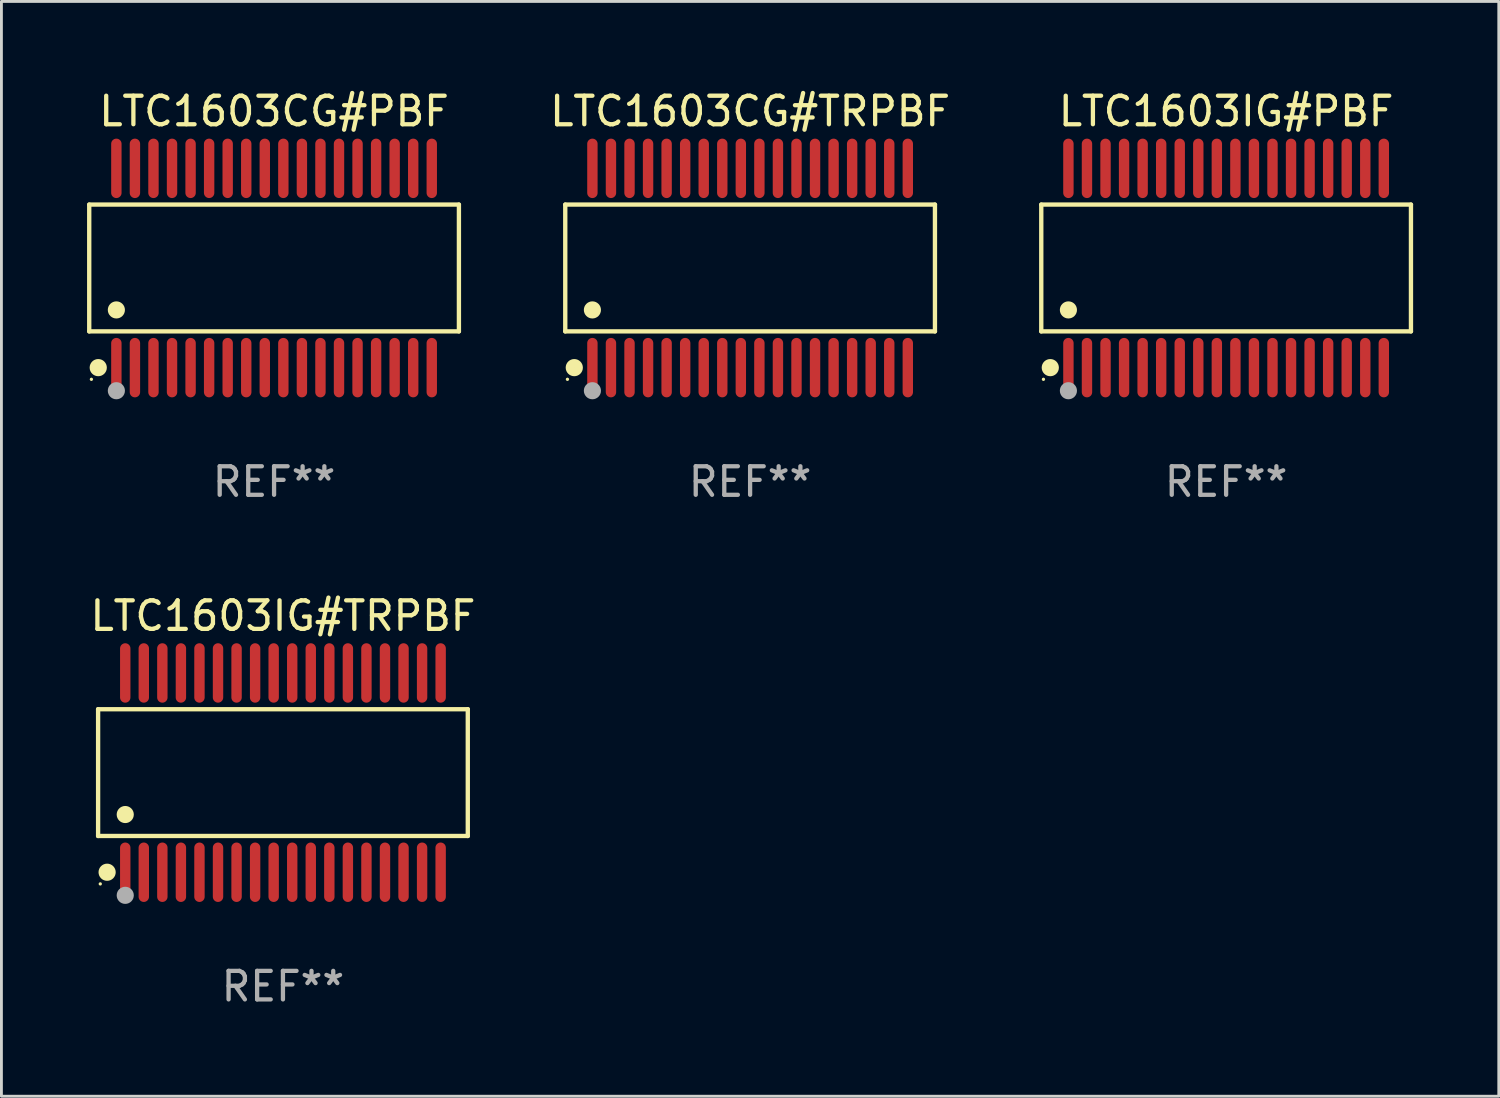
<source format=kicad_pcb>
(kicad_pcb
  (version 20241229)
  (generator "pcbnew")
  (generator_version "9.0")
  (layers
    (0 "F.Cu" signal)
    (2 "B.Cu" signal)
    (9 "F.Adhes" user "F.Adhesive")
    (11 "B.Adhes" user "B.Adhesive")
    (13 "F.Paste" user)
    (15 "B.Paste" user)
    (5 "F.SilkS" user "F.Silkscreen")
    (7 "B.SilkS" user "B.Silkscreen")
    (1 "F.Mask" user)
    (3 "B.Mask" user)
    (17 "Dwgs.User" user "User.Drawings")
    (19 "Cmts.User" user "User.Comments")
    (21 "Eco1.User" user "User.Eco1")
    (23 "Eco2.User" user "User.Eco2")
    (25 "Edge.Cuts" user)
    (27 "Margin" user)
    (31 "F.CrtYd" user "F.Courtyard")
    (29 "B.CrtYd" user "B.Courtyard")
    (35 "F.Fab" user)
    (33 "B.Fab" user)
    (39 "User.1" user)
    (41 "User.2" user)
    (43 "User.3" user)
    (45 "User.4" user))
  (footprint "LTC1603CG#PBF"
    (layer "F.Cu")
    (at 6.552 6.339)
    (property "Reference" "LTC1603CG#PBF" (at 0 -5.491 0) (layer "F.SilkS") (effects (font (size 1 1) (thickness 0.15))))
    (attr through_hole)
    (fp_line (start -6.476 -2.221) (end 6.476 -2.221) (stroke (width 0.152) (type solid)) (layer "F.SilkS"))
    (fp_line (start -6.476 2.221) (end -6.476 -2.221) (stroke (width 0.152) (type solid)) (layer "F.SilkS"))
    (fp_line (start 6.476 -2.221) (end 6.476 2.221) (stroke (width 0.152) (type solid)) (layer "F.SilkS"))
    (fp_line (start 6.476 2.221) (end -6.476 2.221) (stroke (width 0.152) (type solid)) (layer "F.SilkS"))
    (fp_circle (center -6.4 3.9) (end -6.37 3.9) (stroke (width 0.06) (type solid)) (fill no) (layer "F.SilkS"))
    (fp_circle (center -6.16 3.491) (end -6.009 3.491) (stroke (width 0.3) (type solid)) (fill no) (layer "F.SilkS"))
    (fp_circle (center -5.525 1.469) (end -5.375 1.469) (stroke (width 0.3) (type solid)) (fill no) (layer "F.SilkS"))
    (fp_circle (center -5.525 4.3) (end -5.375 4.3) (stroke (width 0.3) (type solid)) (fill no) (layer "F.Fab"))
    (fp_text user "REF**" (at 0 7.491 0) (layer "F.Fab") (effects (font (size 1 1) (thickness 0.15))))
    (pad "1" smd oval (at -5.525 3.491) (size 0.364 2.082) (layers "F.Cu" "F.Mask" "F.Paste"))
    (pad "2" smd oval (at -4.875 3.491) (size 0.364 2.082) (layers "F.Cu" "F.Mask" "F.Paste"))
    (pad "3" smd oval (at -4.225 3.491) (size 0.364 2.082) (layers "F.Cu" "F.Mask" "F.Paste"))
    (pad "4" smd oval (at -3.575 3.491) (size 0.364 2.082) (layers "F.Cu" "F.Mask" "F.Paste"))
    (pad "5" smd oval (at -2.925 3.491) (size 0.364 2.082) (layers "F.Cu" "F.Mask" "F.Paste"))
    (pad "6" smd oval (at -2.275 3.491) (size 0.364 2.082) (layers "F.Cu" "F.Mask" "F.Paste"))
    (pad "7" smd oval (at -1.625 3.491) (size 0.364 2.082) (layers "F.Cu" "F.Mask" "F.Paste"))
    (pad "8" smd oval (at -0.975 3.491) (size 0.364 2.082) (layers "F.Cu" "F.Mask" "F.Paste"))
    (pad "9" smd oval (at -0.325 3.491) (size 0.364 2.082) (layers "F.Cu" "F.Mask" "F.Paste"))
    (pad "10" smd oval (at 0.325 3.491) (size 0.364 2.082) (layers "F.Cu" "F.Mask" "F.Paste"))
    (pad "11" smd oval (at 0.975 3.491) (size 0.364 2.082) (layers "F.Cu" "F.Mask" "F.Paste"))
    (pad "12" smd oval (at 1.625 3.491) (size 0.364 2.082) (layers "F.Cu" "F.Mask" "F.Paste"))
    (pad "13" smd oval (at 2.275 3.491) (size 0.364 2.082) (layers "F.Cu" "F.Mask" "F.Paste"))
    (pad "14" smd oval (at 2.925 3.491) (size 0.364 2.082) (layers "F.Cu" "F.Mask" "F.Paste"))
    (pad "15" smd oval (at 3.575 3.491) (size 0.364 2.082) (layers "F.Cu" "F.Mask" "F.Paste"))
    (pad "16" smd oval (at 4.225 3.491) (size 0.364 2.082) (layers "F.Cu" "F.Mask" "F.Paste"))
    (pad "17" smd oval (at 4.875 3.491) (size 0.364 2.082) (layers "F.Cu" "F.Mask" "F.Paste"))
    (pad "18" smd oval (at 5.525 3.491) (size 0.364 2.082) (layers "F.Cu" "F.Mask" "F.Paste"))
    (pad "19" smd oval (at 5.525 -3.491) (size 0.364 2.082) (layers "F.Cu" "F.Mask" "F.Paste"))
    (pad "20" smd oval (at 4.875 -3.491) (size 0.364 2.082) (layers "F.Cu" "F.Mask" "F.Paste"))
    (pad "21" smd oval (at 4.225 -3.491) (size 0.364 2.082) (layers "F.Cu" "F.Mask" "F.Paste"))
    (pad "22" smd oval (at 3.575 -3.491) (size 0.364 2.082) (layers "F.Cu" "F.Mask" "F.Paste"))
    (pad "23" smd oval (at 2.925 -3.491) (size 0.364 2.082) (layers "F.Cu" "F.Mask" "F.Paste"))
    (pad "24" smd oval (at 2.275 -3.491) (size 0.364 2.082) (layers "F.Cu" "F.Mask" "F.Paste"))
    (pad "25" smd oval (at 1.625 -3.491) (size 0.364 2.082) (layers "F.Cu" "F.Mask" "F.Paste"))
    (pad "26" smd oval (at 0.975 -3.491) (size 0.364 2.082) (layers "F.Cu" "F.Mask" "F.Paste"))
    (pad "27" smd oval (at 0.325 -3.491) (size 0.364 2.082) (layers "F.Cu" "F.Mask" "F.Paste"))
    (pad "28" smd oval (at -0.325 -3.491) (size 0.364 2.082) (layers "F.Cu" "F.Mask" "F.Paste"))
    (pad "29" smd oval (at -0.975 -3.491) (size 0.364 2.082) (layers "F.Cu" "F.Mask" "F.Paste"))
    (pad "30" smd oval (at -1.625 -3.491) (size 0.364 2.082) (layers "F.Cu" "F.Mask" "F.Paste"))
    (pad "31" smd oval (at -2.275 -3.491) (size 0.364 2.082) (layers "F.Cu" "F.Mask" "F.Paste"))
    (pad "32" smd oval (at -2.925 -3.491) (size 0.364 2.082) (layers "F.Cu" "F.Mask" "F.Paste"))
    (pad "33" smd oval (at -3.575 -3.491) (size 0.364 2.082) (layers "F.Cu" "F.Mask" "F.Paste"))
    (pad "34" smd oval (at -4.225 -3.491) (size 0.364 2.082) (layers "F.Cu" "F.Mask" "F.Paste"))
    (pad "35" smd oval (at -4.875 -3.491) (size 0.364 2.082) (layers "F.Cu" "F.Mask" "F.Paste"))
    (pad "36" smd oval (at -5.525 -3.491) (size 0.364 2.082) (layers "F.Cu" "F.Mask" "F.Paste")))
  (footprint "LTC1603IG#TRPBF"
    (layer "F.Cu")
    (at 6.863 24.018)
    (property "Reference" "LTC1603IG#TRPBF" (at 0 -5.491 0) (layer "F.SilkS") (effects (font (size 1 1) (thickness 0.15))))
    (attr through_hole)
    (fp_line (start -6.476 -2.221) (end 6.476 -2.221) (stroke (width 0.152) (type solid)) (layer "F.SilkS"))
    (fp_line (start -6.476 2.221) (end -6.476 -2.221) (stroke (width 0.152) (type solid)) (layer "F.SilkS"))
    (fp_line (start 6.476 -2.221) (end 6.476 2.221) (stroke (width 0.152) (type solid)) (layer "F.SilkS"))
    (fp_line (start 6.476 2.221) (end -6.476 2.221) (stroke (width 0.152) (type solid)) (layer "F.SilkS"))
    (fp_circle (center -6.4 3.9) (end -6.37 3.9) (stroke (width 0.06) (type solid)) (fill no) (layer "F.SilkS"))
    (fp_circle (center -6.16 3.491) (end -6.009 3.491) (stroke (width 0.3) (type solid)) (fill no) (layer "F.SilkS"))
    (fp_circle (center -5.525 1.469) (end -5.375 1.469) (stroke (width 0.3) (type solid)) (fill no) (layer "F.SilkS"))
    (fp_circle (center -5.525 4.3) (end -5.375 4.3) (stroke (width 0.3) (type solid)) (fill no) (layer "F.Fab"))
    (fp_text user "REF**" (at 0 7.491 0) (layer "F.Fab") (effects (font (size 1 1) (thickness 0.15))))
    (pad "1" smd oval (at -5.525 3.491) (size 0.364 2.082) (layers "F.Cu" "F.Mask" "F.Paste"))
    (pad "2" smd oval (at -4.875 3.491) (size 0.364 2.082) (layers "F.Cu" "F.Mask" "F.Paste"))
    (pad "3" smd oval (at -4.225 3.491) (size 0.364 2.082) (layers "F.Cu" "F.Mask" "F.Paste"))
    (pad "4" smd oval (at -3.575 3.491) (size 0.364 2.082) (layers "F.Cu" "F.Mask" "F.Paste"))
    (pad "5" smd oval (at -2.925 3.491) (size 0.364 2.082) (layers "F.Cu" "F.Mask" "F.Paste"))
    (pad "6" smd oval (at -2.275 3.491) (size 0.364 2.082) (layers "F.Cu" "F.Mask" "F.Paste"))
    (pad "7" smd oval (at -1.625 3.491) (size 0.364 2.082) (layers "F.Cu" "F.Mask" "F.Paste"))
    (pad "8" smd oval (at -0.975 3.491) (size 0.364 2.082) (layers "F.Cu" "F.Mask" "F.Paste"))
    (pad "9" smd oval (at -0.325 3.491) (size 0.364 2.082) (layers "F.Cu" "F.Mask" "F.Paste"))
    (pad "10" smd oval (at 0.325 3.491) (size 0.364 2.082) (layers "F.Cu" "F.Mask" "F.Paste"))
    (pad "11" smd oval (at 0.975 3.491) (size 0.364 2.082) (layers "F.Cu" "F.Mask" "F.Paste"))
    (pad "12" smd oval (at 1.625 3.491) (size 0.364 2.082) (layers "F.Cu" "F.Mask" "F.Paste"))
    (pad "13" smd oval (at 2.275 3.491) (size 0.364 2.082) (layers "F.Cu" "F.Mask" "F.Paste"))
    (pad "14" smd oval (at 2.925 3.491) (size 0.364 2.082) (layers "F.Cu" "F.Mask" "F.Paste"))
    (pad "15" smd oval (at 3.575 3.491) (size 0.364 2.082) (layers "F.Cu" "F.Mask" "F.Paste"))
    (pad "16" smd oval (at 4.225 3.491) (size 0.364 2.082) (layers "F.Cu" "F.Mask" "F.Paste"))
    (pad "17" smd oval (at 4.875 3.491) (size 0.364 2.082) (layers "F.Cu" "F.Mask" "F.Paste"))
    (pad "18" smd oval (at 5.525 3.491) (size 0.364 2.082) (layers "F.Cu" "F.Mask" "F.Paste"))
    (pad "19" smd oval (at 5.525 -3.491) (size 0.364 2.082) (layers "F.Cu" "F.Mask" "F.Paste"))
    (pad "20" smd oval (at 4.875 -3.491) (size 0.364 2.082) (layers "F.Cu" "F.Mask" "F.Paste"))
    (pad "21" smd oval (at 4.225 -3.491) (size 0.364 2.082) (layers "F.Cu" "F.Mask" "F.Paste"))
    (pad "22" smd oval (at 3.575 -3.491) (size 0.364 2.082) (layers "F.Cu" "F.Mask" "F.Paste"))
    (pad "23" smd oval (at 2.925 -3.491) (size 0.364 2.082) (layers "F.Cu" "F.Mask" "F.Paste"))
    (pad "24" smd oval (at 2.275 -3.491) (size 0.364 2.082) (layers "F.Cu" "F.Mask" "F.Paste"))
    (pad "25" smd oval (at 1.625 -3.491) (size 0.364 2.082) (layers "F.Cu" "F.Mask" "F.Paste"))
    (pad "26" smd oval (at 0.975 -3.491) (size 0.364 2.082) (layers "F.Cu" "F.Mask" "F.Paste"))
    (pad "27" smd oval (at 0.325 -3.491) (size 0.364 2.082) (layers "F.Cu" "F.Mask" "F.Paste"))
    (pad "28" smd oval (at -0.325 -3.491) (size 0.364 2.082) (layers "F.Cu" "F.Mask" "F.Paste"))
    (pad "29" smd oval (at -0.975 -3.491) (size 0.364 2.082) (layers "F.Cu" "F.Mask" "F.Paste"))
    (pad "30" smd oval (at -1.625 -3.491) (size 0.364 2.082) (layers "F.Cu" "F.Mask" "F.Paste"))
    (pad "31" smd oval (at -2.275 -3.491) (size 0.364 2.082) (layers "F.Cu" "F.Mask" "F.Paste"))
    (pad "32" smd oval (at -2.925 -3.491) (size 0.364 2.082) (layers "F.Cu" "F.Mask" "F.Paste"))
    (pad "33" smd oval (at -3.575 -3.491) (size 0.364 2.082) (layers "F.Cu" "F.Mask" "F.Paste"))
    (pad "34" smd oval (at -4.225 -3.491) (size 0.364 2.082) (layers "F.Cu" "F.Mask" "F.Paste"))
    (pad "35" smd oval (at -4.875 -3.491) (size 0.364 2.082) (layers "F.Cu" "F.Mask" "F.Paste"))
    (pad "36" smd oval (at -5.525 -3.491) (size 0.364 2.082) (layers "F.Cu" "F.Mask" "F.Paste")))
  (footprint "LTC1603CG#TRPBF"
    (layer "F.Cu")
    (at 23.23 6.339)
    (property "Reference" "LTC1603CG#TRPBF" (at 0 -5.491 0) (layer "F.SilkS") (effects (font (size 1 1) (thickness 0.15))))
    (attr through_hole)
    (fp_line (start -6.476 -2.221) (end 6.476 -2.221) (stroke (width 0.152) (type solid)) (layer "F.SilkS"))
    (fp_line (start -6.476 2.221) (end -6.476 -2.221) (stroke (width 0.152) (type solid)) (layer "F.SilkS"))
    (fp_line (start 6.476 -2.221) (end 6.476 2.221) (stroke (width 0.152) (type solid)) (layer "F.SilkS"))
    (fp_line (start 6.476 2.221) (end -6.476 2.221) (stroke (width 0.152) (type solid)) (layer "F.SilkS"))
    (fp_circle (center -6.4 3.9) (end -6.37 3.9) (stroke (width 0.06) (type solid)) (fill no) (layer "F.SilkS"))
    (fp_circle (center -6.16 3.491) (end -6.009 3.491) (stroke (width 0.3) (type solid)) (fill no) (layer "F.SilkS"))
    (fp_circle (center -5.525 1.469) (end -5.375 1.469) (stroke (width 0.3) (type solid)) (fill no) (layer "F.SilkS"))
    (fp_circle (center -5.525 4.3) (end -5.375 4.3) (stroke (width 0.3) (type solid)) (fill no) (layer "F.Fab"))
    (fp_text user "REF**" (at 0 7.491 0) (layer "F.Fab") (effects (font (size 1 1) (thickness 0.15))))
    (pad "1" smd oval (at -5.525 3.491) (size 0.364 2.082) (layers "F.Cu" "F.Mask" "F.Paste"))
    (pad "2" smd oval (at -4.875 3.491) (size 0.364 2.082) (layers "F.Cu" "F.Mask" "F.Paste"))
    (pad "3" smd oval (at -4.225 3.491) (size 0.364 2.082) (layers "F.Cu" "F.Mask" "F.Paste"))
    (pad "4" smd oval (at -3.575 3.491) (size 0.364 2.082) (layers "F.Cu" "F.Mask" "F.Paste"))
    (pad "5" smd oval (at -2.925 3.491) (size 0.364 2.082) (layers "F.Cu" "F.Mask" "F.Paste"))
    (pad "6" smd oval (at -2.275 3.491) (size 0.364 2.082) (layers "F.Cu" "F.Mask" "F.Paste"))
    (pad "7" smd oval (at -1.625 3.491) (size 0.364 2.082) (layers "F.Cu" "F.Mask" "F.Paste"))
    (pad "8" smd oval (at -0.975 3.491) (size 0.364 2.082) (layers "F.Cu" "F.Mask" "F.Paste"))
    (pad "9" smd oval (at -0.325 3.491) (size 0.364 2.082) (layers "F.Cu" "F.Mask" "F.Paste"))
    (pad "10" smd oval (at 0.325 3.491) (size 0.364 2.082) (layers "F.Cu" "F.Mask" "F.Paste"))
    (pad "11" smd oval (at 0.975 3.491) (size 0.364 2.082) (layers "F.Cu" "F.Mask" "F.Paste"))
    (pad "12" smd oval (at 1.625 3.491) (size 0.364 2.082) (layers "F.Cu" "F.Mask" "F.Paste"))
    (pad "13" smd oval (at 2.275 3.491) (size 0.364 2.082) (layers "F.Cu" "F.Mask" "F.Paste"))
    (pad "14" smd oval (at 2.925 3.491) (size 0.364 2.082) (layers "F.Cu" "F.Mask" "F.Paste"))
    (pad "15" smd oval (at 3.575 3.491) (size 0.364 2.082) (layers "F.Cu" "F.Mask" "F.Paste"))
    (pad "16" smd oval (at 4.225 3.491) (size 0.364 2.082) (layers "F.Cu" "F.Mask" "F.Paste"))
    (pad "17" smd oval (at 4.875 3.491) (size 0.364 2.082) (layers "F.Cu" "F.Mask" "F.Paste"))
    (pad "18" smd oval (at 5.525 3.491) (size 0.364 2.082) (layers "F.Cu" "F.Mask" "F.Paste"))
    (pad "19" smd oval (at 5.525 -3.491) (size 0.364 2.082) (layers "F.Cu" "F.Mask" "F.Paste"))
    (pad "20" smd oval (at 4.875 -3.491) (size 0.364 2.082) (layers "F.Cu" "F.Mask" "F.Paste"))
    (pad "21" smd oval (at 4.225 -3.491) (size 0.364 2.082) (layers "F.Cu" "F.Mask" "F.Paste"))
    (pad "22" smd oval (at 3.575 -3.491) (size 0.364 2.082) (layers "F.Cu" "F.Mask" "F.Paste"))
    (pad "23" smd oval (at 2.925 -3.491) (size 0.364 2.082) (layers "F.Cu" "F.Mask" "F.Paste"))
    (pad "24" smd oval (at 2.275 -3.491) (size 0.364 2.082) (layers "F.Cu" "F.Mask" "F.Paste"))
    (pad "25" smd oval (at 1.625 -3.491) (size 0.364 2.082) (layers "F.Cu" "F.Mask" "F.Paste"))
    (pad "26" smd oval (at 0.975 -3.491) (size 0.364 2.082) (layers "F.Cu" "F.Mask" "F.Paste"))
    (pad "27" smd oval (at 0.325 -3.491) (size 0.364 2.082) (layers "F.Cu" "F.Mask" "F.Paste"))
    (pad "28" smd oval (at -0.325 -3.491) (size 0.364 2.082) (layers "F.Cu" "F.Mask" "F.Paste"))
    (pad "29" smd oval (at -0.975 -3.491) (size 0.364 2.082) (layers "F.Cu" "F.Mask" "F.Paste"))
    (pad "30" smd oval (at -1.625 -3.491) (size 0.364 2.082) (layers "F.Cu" "F.Mask" "F.Paste"))
    (pad "31" smd oval (at -2.275 -3.491) (size 0.364 2.082) (layers "F.Cu" "F.Mask" "F.Paste"))
    (pad "32" smd oval (at -2.925 -3.491) (size 0.364 2.082) (layers "F.Cu" "F.Mask" "F.Paste"))
    (pad "33" smd oval (at -3.575 -3.491) (size 0.364 2.082) (layers "F.Cu" "F.Mask" "F.Paste"))
    (pad "34" smd oval (at -4.225 -3.491) (size 0.364 2.082) (layers "F.Cu" "F.Mask" "F.Paste"))
    (pad "35" smd oval (at -4.875 -3.491) (size 0.364 2.082) (layers "F.Cu" "F.Mask" "F.Paste"))
    (pad "36" smd oval (at -5.525 -3.491) (size 0.364 2.082) (layers "F.Cu" "F.Mask" "F.Paste")))
  (footprint "LTC1603IG#PBF"
    (layer "F.Cu")
    (at 39.907 6.339)
    (property "Reference" "LTC1603IG#PBF" (at 0 -5.491 0) (layer "F.SilkS") (effects (font (size 1 1) (thickness 0.15))))
    (attr through_hole)
    (fp_line (start -6.476 -2.221) (end 6.476 -2.221) (stroke (width 0.152) (type solid)) (layer "F.SilkS"))
    (fp_line (start -6.476 2.221) (end -6.476 -2.221) (stroke (width 0.152) (type solid)) (layer "F.SilkS"))
    (fp_line (start 6.476 -2.221) (end 6.476 2.221) (stroke (width 0.152) (type solid)) (layer "F.SilkS"))
    (fp_line (start 6.476 2.221) (end -6.476 2.221) (stroke (width 0.152) (type solid)) (layer "F.SilkS"))
    (fp_circle (center -6.4 3.9) (end -6.37 3.9) (stroke (width 0.06) (type solid)) (fill no) (layer "F.SilkS"))
    (fp_circle (center -6.16 3.491) (end -6.009 3.491) (stroke (width 0.3) (type solid)) (fill no) (layer "F.SilkS"))
    (fp_circle (center -5.525 1.469) (end -5.375 1.469) (stroke (width 0.3) (type solid)) (fill no) (layer "F.SilkS"))
    (fp_circle (center -5.525 4.3) (end -5.375 4.3) (stroke (width 0.3) (type solid)) (fill no) (layer "F.Fab"))
    (fp_text user "REF**" (at 0 7.491 0) (layer "F.Fab") (effects (font (size 1 1) (thickness 0.15))))
    (pad "1" smd oval (at -5.525 3.491) (size 0.364 2.082) (layers "F.Cu" "F.Mask" "F.Paste"))
    (pad "2" smd oval (at -4.875 3.491) (size 0.364 2.082) (layers "F.Cu" "F.Mask" "F.Paste"))
    (pad "3" smd oval (at -4.225 3.491) (size 0.364 2.082) (layers "F.Cu" "F.Mask" "F.Paste"))
    (pad "4" smd oval (at -3.575 3.491) (size 0.364 2.082) (layers "F.Cu" "F.Mask" "F.Paste"))
    (pad "5" smd oval (at -2.925 3.491) (size 0.364 2.082) (layers "F.Cu" "F.Mask" "F.Paste"))
    (pad "6" smd oval (at -2.275 3.491) (size 0.364 2.082) (layers "F.Cu" "F.Mask" "F.Paste"))
    (pad "7" smd oval (at -1.625 3.491) (size 0.364 2.082) (layers "F.Cu" "F.Mask" "F.Paste"))
    (pad "8" smd oval (at -0.975 3.491) (size 0.364 2.082) (layers "F.Cu" "F.Mask" "F.Paste"))
    (pad "9" smd oval (at -0.325 3.491) (size 0.364 2.082) (layers "F.Cu" "F.Mask" "F.Paste"))
    (pad "10" smd oval (at 0.325 3.491) (size 0.364 2.082) (layers "F.Cu" "F.Mask" "F.Paste"))
    (pad "11" smd oval (at 0.975 3.491) (size 0.364 2.082) (layers "F.Cu" "F.Mask" "F.Paste"))
    (pad "12" smd oval (at 1.625 3.491) (size 0.364 2.082) (layers "F.Cu" "F.Mask" "F.Paste"))
    (pad "13" smd oval (at 2.275 3.491) (size 0.364 2.082) (layers "F.Cu" "F.Mask" "F.Paste"))
    (pad "14" smd oval (at 2.925 3.491) (size 0.364 2.082) (layers "F.Cu" "F.Mask" "F.Paste"))
    (pad "15" smd oval (at 3.575 3.491) (size 0.364 2.082) (layers "F.Cu" "F.Mask" "F.Paste"))
    (pad "16" smd oval (at 4.225 3.491) (size 0.364 2.082) (layers "F.Cu" "F.Mask" "F.Paste"))
    (pad "17" smd oval (at 4.875 3.491) (size 0.364 2.082) (layers "F.Cu" "F.Mask" "F.Paste"))
    (pad "18" smd oval (at 5.525 3.491) (size 0.364 2.082) (layers "F.Cu" "F.Mask" "F.Paste"))
    (pad "19" smd oval (at 5.525 -3.491) (size 0.364 2.082) (layers "F.Cu" "F.Mask" "F.Paste"))
    (pad "20" smd oval (at 4.875 -3.491) (size 0.364 2.082) (layers "F.Cu" "F.Mask" "F.Paste"))
    (pad "21" smd oval (at 4.225 -3.491) (size 0.364 2.082) (layers "F.Cu" "F.Mask" "F.Paste"))
    (pad "22" smd oval (at 3.575 -3.491) (size 0.364 2.082) (layers "F.Cu" "F.Mask" "F.Paste"))
    (pad "23" smd oval (at 2.925 -3.491) (size 0.364 2.082) (layers "F.Cu" "F.Mask" "F.Paste"))
    (pad "24" smd oval (at 2.275 -3.491) (size 0.364 2.082) (layers "F.Cu" "F.Mask" "F.Paste"))
    (pad "25" smd oval (at 1.625 -3.491) (size 0.364 2.082) (layers "F.Cu" "F.Mask" "F.Paste"))
    (pad "26" smd oval (at 0.975 -3.491) (size 0.364 2.082) (layers "F.Cu" "F.Mask" "F.Paste"))
    (pad "27" smd oval (at 0.325 -3.491) (size 0.364 2.082) (layers "F.Cu" "F.Mask" "F.Paste"))
    (pad "28" smd oval (at -0.325 -3.491) (size 0.364 2.082) (layers "F.Cu" "F.Mask" "F.Paste"))
    (pad "29" smd oval (at -0.975 -3.491) (size 0.364 2.082) (layers "F.Cu" "F.Mask" "F.Paste"))
    (pad "30" smd oval (at -1.625 -3.491) (size 0.364 2.082) (layers "F.Cu" "F.Mask" "F.Paste"))
    (pad "31" smd oval (at -2.275 -3.491) (size 0.364 2.082) (layers "F.Cu" "F.Mask" "F.Paste"))
    (pad "32" smd oval (at -2.925 -3.491) (size 0.364 2.082) (layers "F.Cu" "F.Mask" "F.Paste"))
    (pad "33" smd oval (at -3.575 -3.491) (size 0.364 2.082) (layers "F.Cu" "F.Mask" "F.Paste"))
    (pad "34" smd oval (at -4.225 -3.491) (size 0.364 2.082) (layers "F.Cu" "F.Mask" "F.Paste"))
    (pad "35" smd oval (at -4.875 -3.491) (size 0.364 2.082) (layers "F.Cu" "F.Mask" "F.Paste"))
    (pad "36" smd oval (at -5.525 -3.491) (size 0.364 2.082) (layers "F.Cu" "F.Mask" "F.Paste")))
  (gr_rect
    (start -3 -3)
    (end 49.46 35.357)
    (stroke (width 0.1) (type default))
    (fill no)
    (layer "Edge.Cuts")))
</source>
